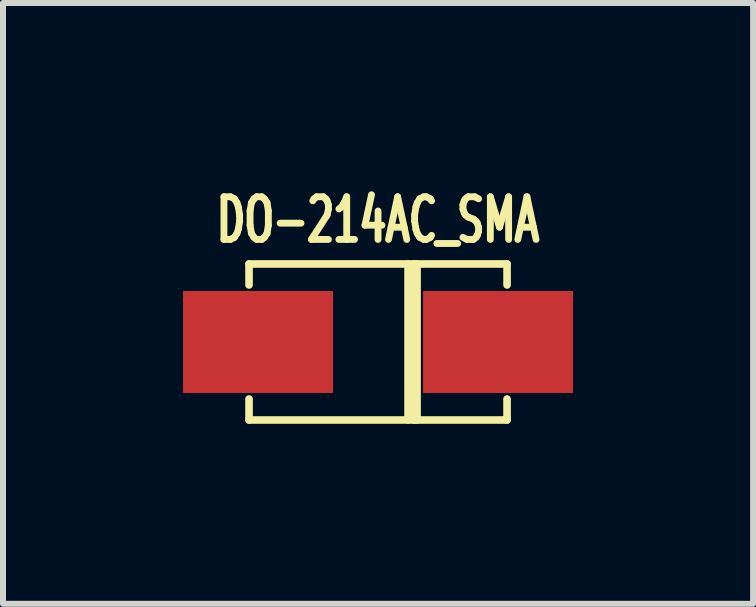
<source format=kicad_pcb>
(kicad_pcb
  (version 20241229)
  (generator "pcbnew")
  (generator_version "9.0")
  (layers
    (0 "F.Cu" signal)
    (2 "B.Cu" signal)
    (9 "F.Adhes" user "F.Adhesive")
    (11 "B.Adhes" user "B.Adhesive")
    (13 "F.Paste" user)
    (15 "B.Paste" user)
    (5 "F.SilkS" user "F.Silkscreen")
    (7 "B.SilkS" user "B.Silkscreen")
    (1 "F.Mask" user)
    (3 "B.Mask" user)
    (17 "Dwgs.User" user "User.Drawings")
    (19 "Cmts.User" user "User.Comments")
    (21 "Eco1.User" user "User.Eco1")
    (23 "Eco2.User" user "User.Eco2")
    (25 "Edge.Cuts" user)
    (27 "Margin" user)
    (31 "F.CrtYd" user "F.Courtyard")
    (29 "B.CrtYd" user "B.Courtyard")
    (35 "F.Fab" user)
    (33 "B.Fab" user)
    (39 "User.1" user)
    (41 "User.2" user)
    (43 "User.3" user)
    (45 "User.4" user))
  (footprint "DO-214AC_SMA"
    (layer "F.Cu")
    (at 3.25 2.649)
    (property "Reference" "DO-214AC_SMA" (at 0 -2.032 0) (layer "F.SilkS") (effects (font (size 0.711 0.457) (thickness 0.114))))
    (attr through_hole)
    (fp_line (start -2.15 -1.3) (end -2.15 -0.95) (stroke (width 0.127) (type solid)) (layer "F.SilkS"))
    (fp_line (start -2.15 -1.3) (end 2.15 -1.3) (stroke (width 0.127) (type solid)) (layer "F.SilkS"))
    (fp_line (start -2.15 1.3) (end -2.15 0.95) (stroke (width 0.127) (type solid)) (layer "F.SilkS"))
    (fp_line (start 0.5 1.3) (end 0.5 -1.3) (stroke (width 0.127) (type solid)) (layer "F.SilkS"))
    (fp_line (start 0.6 -1.3) (end 0.6 1.3) (stroke (width 0.127) (type solid)) (layer "F.SilkS"))
    (fp_line (start 0.65 -1.3) (end 0.65 1.3) (stroke (width 0.127) (type solid)) (layer "F.SilkS"))
    (fp_line (start 2.15 -1.3) (end 2.15 -0.95) (stroke (width 0.127) (type solid)) (layer "F.SilkS"))
    (fp_line (start 2.15 1.3) (end -2.15 1.3) (stroke (width 0.127) (type solid)) (layer "F.SilkS"))
    (fp_line (start 2.15 1.3) (end 2.15 0.95) (stroke (width 0.127) (type solid)) (layer "F.SilkS"))
    (pad "1" smd rect (at -2 0) (size 2.5 1.7) (layers "F.Cu" "F.Mask" "F.Paste"))
    (pad "2" smd rect (at 2 0) (size 2.5 1.7) (layers "F.Cu" "F.Mask" "F.Paste")))
  (gr_rect
    (start -3 -3)
    (end 9.5 7.012)
    (stroke (width 0.1) (type default))
    (fill no)
    (layer "Edge.Cuts")))
</source>
